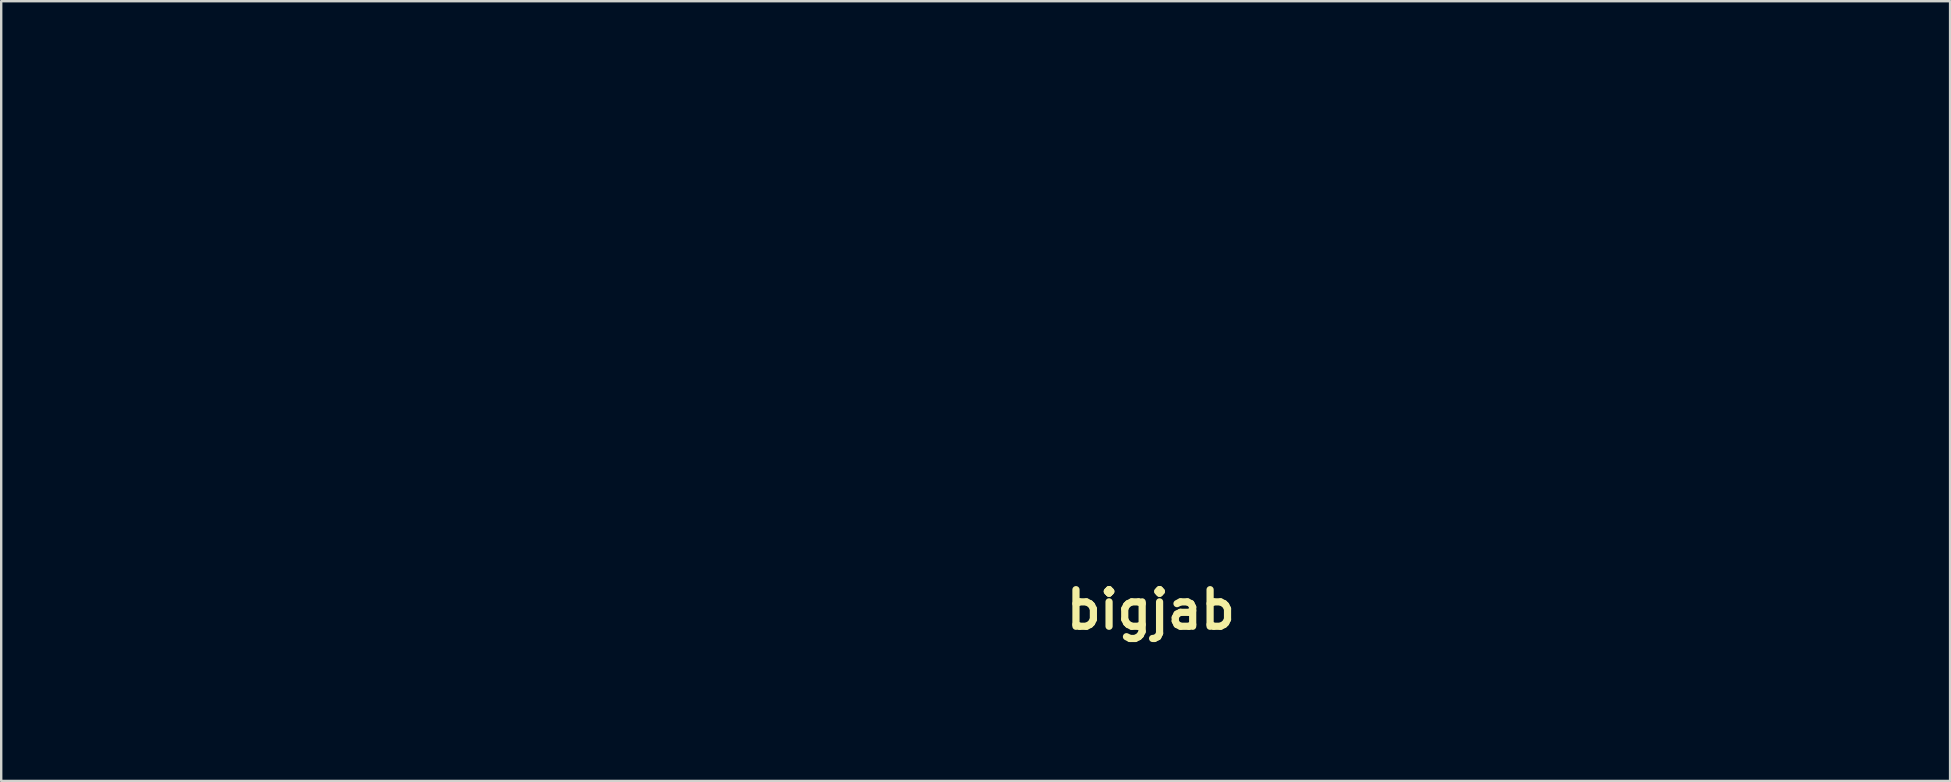
<source format=kicad_pcb>
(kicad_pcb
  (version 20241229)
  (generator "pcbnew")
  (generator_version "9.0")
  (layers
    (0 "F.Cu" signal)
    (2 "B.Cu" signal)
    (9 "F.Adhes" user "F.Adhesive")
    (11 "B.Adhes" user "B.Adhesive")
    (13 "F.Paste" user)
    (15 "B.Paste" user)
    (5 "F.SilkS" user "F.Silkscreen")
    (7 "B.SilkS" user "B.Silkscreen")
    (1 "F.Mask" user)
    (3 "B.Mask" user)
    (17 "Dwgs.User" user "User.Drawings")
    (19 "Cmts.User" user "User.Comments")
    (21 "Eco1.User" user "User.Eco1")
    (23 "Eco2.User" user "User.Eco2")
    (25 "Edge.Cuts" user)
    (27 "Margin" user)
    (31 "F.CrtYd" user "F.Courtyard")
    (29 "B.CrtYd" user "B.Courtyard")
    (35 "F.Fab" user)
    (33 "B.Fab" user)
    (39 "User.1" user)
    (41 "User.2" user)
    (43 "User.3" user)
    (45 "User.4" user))
  (footprint "bigjab"
    (layer "F.Cu")
    (at 44.896 22.351)
    (property "Reference" "bigjab" (at 0 0 0) (layer "F.SilkS") (effects (font (size 1.524 1.524) (thickness 0.3))))
    (attr through_hole)
    (fp_poly (pts (xy -18.986 -3.447) (xy -19.197 -3.181) (xy -19.632 -2.727) (xy -20.161 -2.336) (xy -20.762 -2.014) (xy -21.415 -1.768) (xy -22.098 -1.605) (xy -22.791 -1.533) (xy -23.473 -1.558) (xy -23.872 -1.623) (xy -24.381 -1.779) (xy -24.824 -2.009) (xy -25.187 -2.299) (xy -25.454 -2.639) (xy -25.597 -2.965) (xy -25.683 -3.472) (xy -25.661 -3.982) (xy -25.535 -4.472) (xy -25.312 -4.915) (xy -25.059 -5.228) (xy -24.694 -5.533) (xy -24.255 -5.789) (xy -23.733 -5.999) (xy -23.122 -6.164) (xy -22.415 -6.286) (xy -21.605 -6.367) (xy -20.684 -6.407) (xy -20.114 -6.413) (xy -18.986 -6.413) (xy -18.986 -3.447)) (stroke (width 0.01) (type solid)) (fill yes) (layer "F.Mask"))
    (fp_poly (pts (xy -6.975 -11.642) (xy -6.891 -11.631) (xy -6.346 -11.506) (xy -5.876 -11.293) (xy -5.451 -10.978) (xy -5.325 -10.859) (xy -4.958 -10.408) (xy -4.654 -9.853) (xy -4.414 -9.203) (xy -4.241 -8.463) (xy -4.135 -7.644) (xy -4.1 -6.751) (xy -4.133 -5.826) (xy -4.236 -4.938) (xy -4.409 -4.149) (xy -4.652 -3.46) (xy -4.962 -2.873) (xy -5.339 -2.39) (xy -5.779 -2.012) (xy -6.282 -1.741) (xy -6.847 -1.579) (xy -7.47 -1.528) (xy -8.151 -1.589) (xy -8.35 -1.626) (xy -8.796 -1.756) (xy -9.283 -1.964) (xy -9.77 -2.229) (xy -10.217 -2.53) (xy -10.398 -2.675) (xy -10.858 -3.067) (xy -10.858 -9.455) (xy -10.552 -9.823) (xy -9.984 -10.436) (xy -9.402 -10.926) (xy -8.809 -11.293) (xy -8.206 -11.534) (xy -7.594 -11.651) (xy -6.975 -11.642)) (stroke (width 0.01) (type solid)) (fill yes) (layer "F.Mask"))
    (fp_poly (pts (xy 6.814 -9.947) (xy 7.245 -9.89) (xy 7.603 -9.797) (xy 7.637 -9.785) (xy 8.154 -9.516) (xy 8.621 -9.139) (xy 9.029 -8.665) (xy 9.368 -8.104) (xy 9.629 -7.468) (xy 9.697 -7.239) (xy 9.745 -7.031) (xy 9.778 -6.792) (xy 9.798 -6.497) (xy 9.809 -6.12) (xy 9.811 -5.779) (xy 9.808 -5.363) (xy 9.8 -5.045) (xy 9.782 -4.795) (xy 9.752 -4.585) (xy 9.708 -4.383) (xy 9.664 -4.226) (xy 9.424 -3.566) (xy 9.11 -2.984) (xy 8.731 -2.49) (xy 8.294 -2.091) (xy 7.809 -1.798) (xy 7.303 -1.624) (xy 6.756 -1.543) (xy 6.215 -1.542) (xy 5.731 -1.622) (xy 5.157 -1.841) (xy 4.64 -2.172) (xy 4.18 -2.613) (xy 3.778 -3.163) (xy 3.436 -3.818) (xy 3.155 -4.577) (xy 2.935 -5.437) (xy 2.779 -6.397) (xy 2.693 -7.337) (xy 2.651 -8.037) (xy 3.112 -8.465) (xy 3.76 -9.005) (xy 4.411 -9.425) (xy 5.073 -9.732) (xy 5.535 -9.877) (xy 5.915 -9.942) (xy 6.356 -9.965) (xy 6.814 -9.947)) (stroke (width 0.01) (type solid)) (fill yes) (layer "F.Mask"))
    (fp_poly (pts (xy 7.069 -22.346) (xy 7.331 -22.332) (xy 7.601 -22.303) (xy 7.901 -22.255) (xy 8.254 -22.184) (xy 8.681 -22.089) (xy 9.205 -21.965) (xy 9.329 -21.935) (xy 9.903 -21.789) (xy 10.377 -21.648) (xy 10.779 -21.501) (xy 11.135 -21.338) (xy 11.473 -21.147) (xy 11.819 -20.916) (xy 11.879 -20.874) (xy 12.183 -20.655) (xy 12.4 -20.501) (xy 12.55 -20.408) (xy 12.65 -20.371) (xy 12.721 -20.385) (xy 12.781 -20.444) (xy 12.849 -20.544) (xy 12.889 -20.603) (xy 13.031 -20.772) (xy 13.243 -20.977) (xy 13.488 -21.184) (xy 13.598 -21.268) (xy 13.813 -21.422) (xy 13.989 -21.534) (xy 14.16 -21.619) (xy 14.358 -21.689) (xy 14.616 -21.76) (xy 14.944 -21.839) (xy 15.78 -22.036) (xy 25.579 -22.035) (xy 26.426 -21.835) (xy 26.777 -21.75) (xy 27.036 -21.678) (xy 27.236 -21.606) (xy 27.411 -21.519) (xy 27.592 -21.405) (xy 27.772 -21.279) (xy 28.129 -20.996) (xy 28.425 -20.689) (xy 28.637 -20.415) (xy 28.787 -20.201) (xy 28.898 -20.023) (xy 28.981 -19.849) (xy 29.052 -19.647) (xy 29.124 -19.382) (xy 29.201 -19.06) (xy 29.277 -18.73) (xy 29.33 -18.459) (xy 29.366 -18.21) (xy 29.387 -17.949) (xy 29.397 -17.642) (xy 29.401 -17.252) (xy 29.401 -17.123) (xy 29.399 -16.706) (xy 29.392 -16.38) (xy 29.374 -16.111) (xy 29.344 -15.864) (xy 29.296 -15.604) (xy 29.228 -15.296) (xy 29.2 -15.179) (xy 29.116 -14.83) (xy 29.046 -14.573) (xy 28.975 -14.376) (xy 28.892 -14.207) (xy 28.782 -14.034) (xy 28.633 -13.825) (xy 28.632 -13.823) (xy 28.44 -13.579) (xy 28.239 -13.352) (xy 28.064 -13.179) (xy 28.003 -13.13) (xy 27.852 -13.015) (xy 27.79 -12.942) (xy 27.801 -12.878) (xy 27.863 -12.803) (xy 27.994 -12.641) (xy 28.174 -12.401) (xy 28.383 -12.109) (xy 28.604 -11.791) (xy 28.819 -11.474) (xy 29.011 -11.182) (xy 29.16 -10.944) (xy 29.243 -10.796) (xy 29.351 -10.569) (xy 29.448 -10.336) (xy 29.54 -10.077) (xy 29.633 -9.772) (xy 29.733 -9.399) (xy 29.848 -8.938) (xy 29.951 -8.509) (xy 30.098 -7.843) (xy 30.204 -7.253) (xy 30.268 -6.711) (xy 30.291 -6.191) (xy 30.272 -5.668) (xy 30.21 -5.116) (xy 30.105 -4.507) (xy 29.956 -3.817) (xy 29.88 -3.493) (xy 29.728 -2.878) (xy 29.588 -2.363) (xy 29.448 -1.924) (xy 29.298 -1.535) (xy 29.126 -1.172) (xy 28.922 -0.81) (xy 28.674 -0.423) (xy 28.372 0.013) (xy 28.273 0.152) (xy 27.895 0.656) (xy 27.535 1.083) (xy 27.163 1.463) (xy 26.747 1.826) (xy 26.257 2.203) (xy 26.067 2.341) (xy 25.609 2.659) (xy 25.21 2.912) (xy 24.837 3.115) (xy 24.457 3.281) (xy 24.037 3.428) (xy 23.546 3.568) (xy 23.184 3.661) (xy 22.591 3.805) (xy 22.096 3.917) (xy 21.677 4.001) (xy 21.312 4.06) (xy 20.975 4.099) (xy 20.645 4.12) (xy 20.299 4.127) (xy 20.228 4.128) (xy 19.924 4.125) (xy 19.66 4.116) (xy 19.411 4.097) (xy 19.153 4.064) (xy 18.864 4.014) (xy 18.52 3.943) (xy 18.096 3.847) (xy 17.648 3.742) (xy 17.08 3.604) (xy 16.601 3.476) (xy 16.19 3.346) (xy 15.823 3.204) (xy 15.474 3.038) (xy 15.121 2.836) (xy 14.74 2.588) (xy 14.308 2.283) (xy 13.817 1.922) (xy 13.188 1.453) (xy 12.928 1.702) (xy 12.695 1.905) (xy 12.382 2.149) (xy 12.021 2.412) (xy 11.642 2.674) (xy 11.276 2.913) (xy 10.952 3.108) (xy 10.746 3.217) (xy 10.476 3.329) (xy 10.113 3.453) (xy 9.691 3.578) (xy 9.282 3.685) (xy 8.733 3.818) (xy 8.286 3.922) (xy 7.919 4.001) (xy 7.612 4.058) (xy 7.344 4.094) (xy 7.093 4.115) (xy 6.838 4.122) (xy 6.558 4.119) (xy 6.324 4.112) (xy 6.004 4.099) (xy 5.73 4.08) (xy 5.472 4.05) (xy 5.202 4.006) (xy 4.891 3.942) (xy 4.51 3.854) (xy 4.112 3.757) (xy 3.599 3.625) (xy 3.135 3.495) (xy 2.743 3.372) (xy 2.444 3.264) (xy 2.334 3.217) (xy 2.04 3.061) (xy 1.68 2.841) (xy 1.282 2.576) (xy 0.874 2.288) (xy 0.485 1.996) (xy 0.144 1.72) (xy -0.108 1.494) (xy -0.503 1.111) (xy -0.888 1.501) (xy -1.131 1.725) (xy -1.454 1.991) (xy -1.828 2.278) (xy -2.225 2.567) (xy -2.616 2.836) (xy -2.973 3.064) (xy -3.268 3.231) (xy -3.298 3.247) (xy -3.514 3.336) (xy -3.831 3.445) (xy -4.227 3.566) (xy -4.68 3.692) (xy -4.981 3.77) (xy -5.412 3.878) (xy -5.748 3.958) (xy -6.018 4.016) (xy -6.249 4.054) (xy -6.47 4.077) (xy -6.709 4.088) (xy -6.994 4.092) (xy -7.239 4.093) (xy -7.638 4.092) (xy -7.952 4.083) (xy -8.22 4.061) (xy -8.484 4.022) (xy -8.785 3.961) (xy -9.14 3.879) (xy -9.5 3.795) (xy -9.762 3.739) (xy -9.954 3.708) (xy -10.101 3.699) (xy -10.23 3.71) (xy -10.367 3.737) (xy -10.41 3.748) (xy -10.603 3.78) (xy -10.896 3.809) (xy -11.262 3.834) (xy -11.673 3.852) (xy -11.895 3.858) (xy -12.304 3.865) (xy -12.618 3.867) (xy -12.871 3.859) (xy -13.094 3.839) (xy -13.322 3.803) (xy -13.586 3.747) (xy -13.919 3.67) (xy -13.992 3.652) (xy -14.958 3.423) (xy -15.899 3.648) (xy -16.275 3.736) (xy -16.574 3.798) (xy -16.836 3.838) (xy -17.099 3.86) (xy -17.406 3.871) (xy -17.795 3.873) (xy -17.846 3.873) (xy -18.269 3.87) (xy -18.6 3.859) (xy -18.876 3.835) (xy -19.132 3.797) (xy -19.403 3.74) (xy -19.496 3.717) (xy -20.14 3.561) (xy -21.23 3.826) (xy -21.625 3.921) (xy -21.934 3.99) (xy -22.191 4.037) (xy -22.432 4.067) (xy -22.691 4.084) (xy -23.003 4.091) (xy -23.402 4.093) (xy -23.463 4.093) (xy -23.87 4.093) (xy -24.186 4.089) (xy -24.446 4.076) (xy -24.683 4.05) (xy -24.93 4.008) (xy -25.222 3.945) (xy -25.592 3.858) (xy -25.744 3.821) (xy -26.252 3.697) (xy -26.655 3.594) (xy -26.973 3.506) (xy -27.227 3.427) (xy -27.435 3.351) (xy -27.619 3.272) (xy -27.718 3.224) (xy -27.882 3.129) (xy -28.121 2.977) (xy -28.41 2.783) (xy -28.722 2.568) (xy -29.032 2.347) (xy -29.312 2.14) (xy -29.516 1.982) (xy -29.79 1.762) (xy -29.96 1.918) (xy -30.132 2.061) (xy -30.383 2.252) (xy -30.684 2.471) (xy -31.006 2.697) (xy -31.322 2.909) (xy -31.423 2.975) (xy -31.639 3.107) (xy -31.853 3.221) (xy -32.085 3.322) (xy -32.356 3.419) (xy -32.685 3.519) (xy -33.093 3.628) (xy -33.6 3.754) (xy -33.741 3.788) (xy -34.174 3.891) (xy -34.516 3.967) (xy -34.798 4.021) (xy -35.053 4.056) (xy -35.313 4.079) (xy -35.609 4.092) (xy -35.973 4.101) (xy -36.344 4.104) (xy -36.694 4.1) (xy -36.991 4.089) (xy -37.207 4.072) (xy -37.275 4.062) (xy -37.916 3.923) (xy -38.522 3.778) (xy -39.073 3.634) (xy -39.554 3.494) (xy -39.945 3.363) (xy -40.229 3.247) (xy -40.241 3.241) (xy -40.543 3.076) (xy -40.903 2.852) (xy -41.29 2.59) (xy -41.674 2.312) (xy -42.026 2.039) (xy -42.315 1.793) (xy -42.45 1.662) (xy -42.652 1.434) (xy -42.893 1.129) (xy -43.155 0.777) (xy -43.417 0.406) (xy -43.66 0.044) (xy -43.862 -0.28) (xy -44.004 -0.537) (xy -44.013 -0.556) (xy -44.122 -0.825) (xy -44.246 -1.2) (xy -44.379 -1.665) (xy -44.517 -2.198) (xy -44.655 -2.783) (xy -44.768 -3.312) (xy -44.879 -4.064) (xy -44.891 -4.803) (xy -44.845 -5.207) (xy -41.038 -5.207) (xy -41.004 -4.366) (xy -40.973 -3.859) (xy -40.921 -3.438) (xy -40.838 -3.065) (xy -40.713 -2.698) (xy -40.537 -2.298) (xy -40.473 -2.165) (xy -40.098 -1.54) (xy -39.629 -0.997) (xy -39.075 -0.543) (xy -38.445 -0.184) (xy -37.746 0.074) (xy -37.401 0.158) (xy -37.105 0.2) (xy -36.721 0.229) (xy -36.287 0.244) (xy -35.844 0.244) (xy -35.429 0.229) (xy -35.08 0.199) (xy -34.989 0.186) (xy -34.227 0.007) (xy -33.545 -0.269) (xy -32.944 -0.64) (xy -32.428 -1.104) (xy -32 -1.657) (xy -31.663 -2.299) (xy -31.552 -2.586) (xy -31.479 -2.819) (xy -31.395 -3.123) (xy -31.315 -3.445) (xy -31.289 -3.556) (xy -31.268 -3.653) (xy -31.259 -3.701) (xy -28.063 -3.701) (xy -28.033 -3.022) (xy -27.888 -2.384) (xy -27.63 -1.793) (xy -27.265 -1.259) (xy -26.796 -0.788) (xy -26.227 -0.387) (xy -25.59 -0.075) (xy -25.327 0.018) (xy -25.021 0.107) (xy -24.828 0.155) (xy -24.511 0.202) (xy -24.105 0.233) (xy -23.647 0.246) (xy -23.174 0.241) (xy -22.723 0.219) (xy -22.331 0.179) (xy -22.217 0.161) (xy -21.347 -0.047) (xy -20.551 -0.353) (xy -19.818 -0.764) (xy -19.506 -0.984) (xy -19.3 -1.137) (xy -19.134 -1.256) (xy -19.033 -1.324) (xy -19.014 -1.333) (xy -19.003 -1.274) (xy -18.994 -1.114) (xy -18.988 -0.88) (xy -18.986 -0.667) (xy -18.986 0) (xy -16.695 0) (xy -16.717 -4.969) (xy -16.72 -5.881) (xy -16.724 -6.675) (xy -16.728 -7.361) (xy -16.732 -7.947) (xy -16.737 -8.443) (xy -16.743 -8.858) (xy -16.749 -9.201) (xy -16.757 -9.481) (xy -16.767 -9.708) (xy -16.779 -9.89) (xy -16.793 -10.038) (xy -16.809 -10.159) (xy -16.829 -10.264) (xy -16.851 -10.361) (xy -16.876 -10.459) (xy -16.877 -10.461) (xy -17.093 -11.107) (xy -17.375 -11.652) (xy -17.732 -12.107) (xy -18.175 -12.486) (xy -18.692 -12.791) (xy -19.399 -13.077) (xy -20.194 -13.284) (xy -21.065 -13.41) (xy -22 -13.453) (xy -22.511 -13.441) (xy -23.411 -13.369) (xy -24.206 -13.24) (xy -24.907 -13.049) (xy -25.522 -12.793) (xy -26.062 -12.468) (xy -26.537 -12.072) (xy -26.576 -12.034) (xy -26.948 -11.605) (xy -27.237 -11.14) (xy -27.453 -10.613) (xy -27.609 -10.002) (xy -27.655 -9.731) (xy -27.697 -9.461) (xy -25.411 -9.461) (xy -25.339 -9.795) (xy -25.181 -10.292) (xy -24.933 -10.706) (xy -24.591 -11.043) (xy -24.148 -11.307) (xy -23.601 -11.503) (xy -23.552 -11.516) (xy -23.071 -11.606) (xy -22.513 -11.652) (xy -21.92 -11.657) (xy -21.333 -11.62) (xy -20.796 -11.542) (xy -20.469 -11.462) (xy -20.034 -11.276) (xy -19.656 -11.004) (xy -19.357 -10.664) (xy -19.155 -10.276) (xy -19.108 -10.119) (xy -19.083 -9.963) (xy -19.056 -9.714) (xy -19.031 -9.402) (xy -19.011 -9.062) (xy -19.008 -9.014) (xy -18.968 -8.153) (xy -20.676 -8.079) (xy -21.172 -8.055) (xy -21.665 -8.026) (xy -22.128 -7.994) (xy -22.537 -7.96) (xy -22.864 -7.928) (xy -23.043 -7.904) (xy -24.037 -7.711) (xy -24.922 -7.454) (xy -25.698 -7.133) (xy -26.365 -6.749) (xy -26.921 -6.302) (xy -27.368 -5.792) (xy -27.705 -5.219) (xy -27.932 -4.584) (xy -27.971 -4.413) (xy -28.063 -3.701) (xy -31.259 -3.701) (xy -31.249 -3.749) (xy -31.233 -3.852) (xy -31.218 -3.97) (xy -31.205 -4.11) (xy -31.194 -4.279) (xy -31.184 -4.486) (xy -31.176 -4.738) (xy -31.169 -5.042) (xy -31.163 -5.407) (xy -31.157 -5.84) (xy -31.153 -6.347) (xy -31.149 -6.938) (xy -31.145 -7.62) (xy -31.142 -8.399) (xy -31.139 -9.284) (xy -31.135 -10.283) (xy -31.132 -11.16) (xy -31.11 -18.161) (xy -33.459 -18.161) (xy -33.482 -11.255) (xy -33.486 -10.129) (xy -33.49 -9.122) (xy -33.493 -8.228) (xy -33.498 -7.437) (xy -33.503 -6.744) (xy -33.51 -6.141) (xy -33.518 -5.619) (xy -33.528 -5.172) (xy -33.541 -4.792) (xy -33.557 -4.472) (xy -33.577 -4.204) (xy -33.599 -3.98) (xy -33.626 -3.794) (xy -33.658 -3.637) (xy -33.694 -3.502) (xy -33.736 -3.382) (xy -33.783 -3.269) (xy -33.836 -3.156) (xy -33.896 -3.035) (xy -33.911 -3.004) (xy -34.165 -2.619) (xy -34.517 -2.309) (xy -34.971 -2.067) (xy -35.098 -2.018) (xy -35.454 -1.928) (xy -35.877 -1.882) (xy -36.322 -1.879) (xy -36.744 -1.919) (xy -37.1 -2.002) (xy -37.153 -2.021) (xy -37.57 -2.236) (xy -37.905 -2.528) (xy -38.178 -2.917) (xy -38.256 -3.067) (xy -38.409 -3.453) (xy -38.537 -3.912) (xy -38.628 -4.392) (xy -38.67 -4.84) (xy -38.672 -4.93) (xy -38.672 -5.207) (xy -41.038 -5.207) (xy -44.845 -5.207) (xy -44.805 -5.561) (xy -44.684 -6.128) (xy -44.595 -6.476) (xy -44.518 -6.733) (xy -44.441 -6.932) (xy -44.349 -7.107) (xy -44.229 -7.29) (xy -44.132 -7.422) (xy -43.69 -7.923) (xy -43.285 -8.259) (xy -43.089 -8.401) (xy -42.926 -8.507) (xy -42.769 -8.588) (xy -42.588 -8.657) (xy -42.355 -8.724) (xy -42.043 -8.802) (xy -41.823 -8.855) (xy -41.445 -8.942) (xy -41.145 -9.004) (xy -40.884 -9.044) (xy -40.623 -9.067) (xy -40.322 -9.078) (xy -39.944 -9.081) (xy -39.834 -9.081) (xy -39.41 -9.078) (xy -39.078 -9.067) (xy -38.804 -9.045) (xy -38.552 -9.008) (xy -38.288 -8.954) (xy -38.152 -8.922) (xy -37.874 -8.856) (xy -37.638 -8.804) (xy -37.475 -8.771) (xy -37.417 -8.763) (xy -37.402 -8.787) (xy -37.388 -8.864) (xy -37.377 -9) (xy -37.367 -9.204) (xy -37.359 -9.482) (xy -37.352 -9.841) (xy -37.347 -10.289) (xy -37.344 -10.833) (xy -37.341 -11.48) (xy -37.34 -12.237) (xy -37.339 -13.111) (xy -37.339 -13.446) (xy -37.341 -18.129) (xy -37.135 -19.018) (xy -37.051 -19.374) (xy -36.982 -19.636) (xy -36.914 -19.835) (xy -36.836 -20.002) (xy -36.735 -20.167) (xy -36.598 -20.361) (xy -36.567 -20.404) (xy -36.191 -20.85) (xy -35.753 -21.231) (xy -35.705 -21.267) (xy -35.496 -21.417) (xy -35.323 -21.526) (xy -35.154 -21.609) (xy -34.957 -21.68) (xy -34.699 -21.75) (xy -34.351 -21.834) (xy -34.039 -21.906) (xy -33.782 -21.958) (xy -33.549 -21.994) (xy -33.309 -22.017) (xy -33.031 -22.029) (xy -32.684 -22.035) (xy -32.29 -22.036) (xy -31.855 -22.034) (xy -31.517 -22.028) (xy -31.245 -22.015) (xy -31.006 -21.991) (xy -30.772 -21.954) (xy -30.511 -21.899) (xy -30.229 -21.834) (xy -29.88 -21.75) (xy -29.622 -21.68) (xy -29.425 -21.609) (xy -29.256 -21.526) (xy -29.083 -21.416) (xy -28.875 -21.267) (xy -28.427 -20.889) (xy -28.048 -20.452) (xy -28.012 -20.404) (xy -27.867 -20.201) (xy -27.76 -20.033) (xy -27.679 -19.869) (xy -27.61 -19.678) (xy -27.542 -19.43) (xy -27.462 -19.095) (xy -27.444 -19.018) (xy -27.358 -18.627) (xy -27.299 -18.312) (xy -27.264 -18.025) (xy -27.246 -17.72) (xy -27.24 -17.35) (xy -27.24 -17.224) (xy -27.238 -16.902) (xy -27.229 -16.63) (xy -27.217 -16.432) (xy -27.201 -16.329) (xy -27.194 -16.32) (xy -27.113 -16.341) (xy -26.953 -16.395) (xy -26.797 -16.453) (xy -26.535 -16.54) (xy -26.175 -16.642) (xy -25.742 -16.753) (xy -25.264 -16.867) (xy -24.767 -16.979) (xy -24.278 -17.082) (xy -23.822 -17.17) (xy -23.427 -17.237) (xy -23.133 -17.276) (xy -22.318 -17.323) (xy -21.461 -17.304) (xy -20.618 -17.224) (xy -20.003 -17.119) (xy -19.463 -17.002) (xy -18.942 -16.882) (xy -18.46 -16.764) (xy -18.036 -16.654) (xy -17.689 -16.555) (xy -17.439 -16.474) (xy -17.363 -16.445) (xy -17.081 -16.324) (xy -17.082 -17.163) (xy -17.079 -17.516) (xy -17.066 -17.806) (xy -17.038 -18.075) (xy -17.023 -18.161) (xy -13.208 -18.161) (xy -13.208 0) (xy -10.864 0) (xy -10.845 -0.51) (xy -10.827 -1.019) (xy -10.478 -0.757) (xy -9.804 -0.329) (xy -9.073 -0.013) (xy -8.445 0.158) (xy -8.104 0.207) (xy -7.684 0.235) (xy -7.23 0.244) (xy -6.784 0.232) (xy -6.388 0.2) (xy -6.148 0.162) (xy -5.461 -0.033) (xy -4.834 -0.32) (xy -4.245 -0.71) (xy -3.712 -1.175) (xy -3.143 -1.809) (xy -2.672 -2.512) (xy -2.297 -3.288) (xy -2.016 -4.141) (xy -1.827 -5.074) (xy -1.731 -6.092) (xy -1.716 -6.731) (xy -1.764 -7.806) (xy -1.835 -8.316) (xy 0.392 -8.316) (xy 0.401 -7.591) (xy 0.431 -6.947) (xy 0.484 -6.36) (xy 0.56 -5.809) (xy 0.663 -5.269) (xy 0.768 -4.823) (xy 1 -4.01) (xy 1.266 -3.301) (xy 1.577 -2.671) (xy 1.945 -2.1) (xy 2.383 -1.564) (xy 2.635 -1.298) (xy 2.928 -1.012) (xy 3.169 -0.797) (xy 3.391 -0.629) (xy 3.625 -0.484) (xy 3.842 -0.368) (xy 4.29 -0.152) (xy 4.698 0.008) (xy 5.097 0.12) (xy 5.519 0.19) (xy 5.995 0.224) (xy 6.556 0.229) (xy 6.731 0.226) (xy 7.168 0.213) (xy 7.509 0.191) (xy 7.784 0.159) (xy 8.022 0.112) (xy 8.181 0.069) (xy 8.944 -0.218) (xy 9.642 -0.613) (xy 10.271 -1.113) (xy 10.829 -1.717) (xy 11.313 -2.421) (xy 11.631 -3.022) (xy 11.922 -3.779) (xy 12.123 -4.598) (xy 12.144 -4.763) (xy 14.407 -4.763) (xy 14.451 -4.461) (xy 14.631 -3.608) (xy 14.913 -2.831) (xy 15.294 -2.133) (xy 15.771 -1.515) (xy 16.34 -0.983) (xy 17 -0.537) (xy 17.748 -0.182) (xy 18.58 0.08) (xy 18.796 0.13) (xy 19.228 0.197) (xy 19.742 0.237) (xy 20.294 0.249) (xy 20.843 0.233) (xy 21.344 0.189) (xy 21.555 0.158) (xy 22.357 -0.04) (xy 23.098 -0.346) (xy 23.787 -0.765) (xy 24.428 -1.294) (xy 25.032 -1.948) (xy 25.527 -2.667) (xy 25.913 -3.45) (xy 26.189 -4.299) (xy 26.357 -5.211) (xy 26.415 -6.187) (xy 26.415 -6.199) (xy 26.373 -6.97) (xy 26.249 -7.725) (xy 26.05 -8.434) (xy 25.782 -9.067) (xy 25.71 -9.202) (xy 25.283 -9.842) (xy 24.753 -10.429) (xy 24.142 -10.948) (xy 23.469 -11.383) (xy 22.753 -11.72) (xy 22.257 -11.883) (xy 22.014 -11.942) (xy 21.773 -11.983) (xy 21.5 -12.008) (xy 21.162 -12.021) (xy 20.796 -12.025) (xy 20.106 -12.005) (xy 19.507 -11.934) (xy 18.973 -11.805) (xy 18.474 -11.611) (xy 17.983 -11.346) (xy 17.868 -11.274) (xy 17.666 -11.146) (xy 17.51 -11.053) (xy 17.427 -11.009) (xy 17.419 -11.008) (xy 17.421 -11.072) (xy 17.432 -11.249) (xy 17.451 -11.524) (xy 17.477 -11.884) (xy 17.51 -12.314) (xy 17.547 -12.801) (xy 17.589 -13.33) (xy 17.592 -13.369) (xy 17.635 -13.909) (xy 17.674 -14.414) (xy 17.709 -14.87) (xy 17.738 -15.261) (xy 17.76 -15.571) (xy 17.774 -15.786) (xy 17.779 -15.89) (xy 17.779 -15.891) (xy 17.78 -16.066) (xy 25.527 -16.066) (xy 25.527 -18.161) (xy 15.812 -18.161) (xy 15.812 -18.009) (xy 15.807 -17.922) (xy 15.792 -17.72) (xy 15.77 -17.418) (xy 15.74 -17.026) (xy 15.704 -16.557) (xy 15.663 -16.025) (xy 15.618 -15.441) (xy 15.569 -14.819) (xy 15.518 -14.17) (xy 15.466 -13.507) (xy 15.413 -12.843) (xy 15.361 -12.19) (xy 15.311 -11.56) (xy 15.264 -10.967) (xy 15.22 -10.423) (xy 15.18 -9.941) (xy 15.147 -9.532) (xy 15.12 -9.209) (xy 15.1 -8.985) (xy 15.089 -8.874) (xy 15.062 -8.636) (xy 16.842 -8.636) (xy 17.2 -8.945) (xy 17.747 -9.371) (xy 18.284 -9.687) (xy 18.838 -9.904) (xy 19.436 -10.033) (xy 20.003 -10.081) (xy 20.697 -10.07) (xy 21.308 -9.975) (xy 21.854 -9.789) (xy 22.353 -9.508) (xy 22.823 -9.124) (xy 22.892 -9.057) (xy 23.298 -8.588) (xy 23.608 -8.074) (xy 23.827 -7.5) (xy 23.96 -6.854) (xy 24.011 -6.121) (xy 24.012 -5.996) (xy 23.974 -5.219) (xy 23.853 -4.525) (xy 23.644 -3.894) (xy 23.34 -3.308) (xy 22.934 -2.748) (xy 22.888 -2.693) (xy 22.452 -2.275) (xy 21.941 -1.945) (xy 21.373 -1.709) (xy 20.768 -1.569) (xy 20.143 -1.529) (xy 19.517 -1.593) (xy 18.909 -1.763) (xy 18.629 -1.885) (xy 18.193 -2.154) (xy 17.786 -2.511) (xy 17.444 -2.922) (xy 17.241 -3.262) (xy 17.096 -3.594) (xy 16.971 -3.943) (xy 16.879 -4.271) (xy 16.832 -4.54) (xy 16.828 -4.617) (xy 16.828 -4.763) (xy 14.407 -4.763) (xy 12.144 -4.763) (xy 12.229 -5.448) (xy 12.234 -6.297) (xy 12.205 -6.651) (xy 12.057 -7.525) (xy 11.816 -8.317) (xy 11.476 -9.039) (xy 11.032 -9.699) (xy 10.481 -10.306) (xy 10.394 -10.388) (xy 9.787 -10.885) (xy 9.154 -11.265) (xy 8.481 -11.533) (xy 7.755 -11.695) (xy 6.959 -11.757) (xy 6.826 -11.758) (xy 6.035 -11.7) (xy 5.288 -11.529) (xy 4.577 -11.242) (xy 3.896 -10.834) (xy 3.237 -10.304) (xy 3.15 -10.223) (xy 2.711 -9.811) (xy 2.751 -10.477) (xy 2.838 -11.378) (xy 2.986 -12.257) (xy 3.189 -13.094) (xy 3.442 -13.87) (xy 3.739 -14.562) (xy 4.06 -15.131) (xy 4.48 -15.679) (xy 4.946 -16.109) (xy 5.457 -16.421) (xy 6.012 -16.614) (xy 6.609 -16.688) (xy 7.185 -16.651) (xy 7.783 -16.511) (xy 8.294 -16.279) (xy 8.719 -15.953) (xy 9.059 -15.533) (xy 9.314 -15.019) (xy 9.48 -14.435) (xy 9.567 -14.002) (xy 10.753 -13.984) (xy 11.125 -13.981) (xy 11.449 -13.98) (xy 11.706 -13.982) (xy 11.875 -13.988) (xy 11.938 -13.996) (xy 11.938 -13.996) (xy 11.922 -14.112) (xy 11.88 -14.313) (xy 11.82 -14.565) (xy 11.752 -14.831) (xy 11.684 -15.075) (xy 11.627 -15.256) (xy 11.315 -15.97) (xy 10.905 -16.606) (xy 10.404 -17.159) (xy 9.817 -17.624) (xy 9.151 -17.995) (xy 8.412 -18.267) (xy 7.906 -18.386) (xy 7.428 -18.447) (xy 6.877 -18.469) (xy 6.298 -18.456) (xy 5.737 -18.407) (xy 5.24 -18.325) (xy 5.112 -18.294) (xy 4.344 -18.032) (xy 3.641 -17.66) (xy 3.003 -17.181) (xy 2.431 -16.597) (xy 1.929 -15.908) (xy 1.497 -15.117) (xy 1.159 -14.287) (xy 0.943 -13.609) (xy 0.767 -12.909) (xy 0.629 -12.168) (xy 0.525 -11.368) (xy 0.453 -10.489) (xy 0.409 -9.511) (xy 0.4 -9.144) (xy 0.392 -8.316) (xy -1.835 -8.316) (xy -1.903 -8.798) (xy -2.135 -9.704) (xy -2.458 -10.525) (xy -2.871 -11.258) (xy -3.376 -11.904) (xy -3.443 -11.975) (xy -3.969 -12.461) (xy -4.531 -12.842) (xy -5.145 -13.125) (xy -5.828 -13.317) (xy -6.593 -13.426) (xy -6.764 -13.439) (xy -7.531 -13.432) (xy -8.254 -13.308) (xy -8.939 -13.066) (xy -9.59 -12.703) (xy -10.213 -12.217) (xy -10.398 -12.045) (xy -10.858 -11.599) (xy -10.858 -18.161) (xy -13.208 -18.161) (xy -17.023 -18.161) (xy -16.989 -18.361) (xy -16.915 -18.706) (xy -16.856 -18.963) (xy -16.767 -19.332) (xy -16.695 -19.606) (xy -16.628 -19.812) (xy -16.555 -19.979) (xy -16.465 -20.136) (xy -16.345 -20.31) (xy -16.26 -20.425) (xy -15.81 -20.945) (xy -15.423 -21.272) (xy -15.219 -21.418) (xy -15.043 -21.527) (xy -14.863 -21.611) (xy -14.646 -21.686) (xy -14.359 -21.766) (xy -14.129 -21.824) (xy -13.835 -21.896) (xy -13.592 -21.949) (xy -13.373 -21.986) (xy -13.147 -22.01) (xy -12.886 -22.024) (xy -12.561 -22.031) (xy -12.142 -22.033) (xy -12.065 -22.033) (xy -11.626 -22.033) (xy -11.285 -22.028) (xy -11.011 -22.016) (xy -10.776 -21.994) (xy -10.549 -21.96) (xy -10.301 -21.91) (xy -10.003 -21.842) (xy -9.988 -21.838) (xy -9.642 -21.754) (xy -9.387 -21.684) (xy -9.191 -21.613) (xy -9.021 -21.528) (xy -8.844 -21.414) (xy -8.64 -21.268) (xy -8.159 -20.859) (xy -7.771 -20.407) (xy -7.627 -20.208) (xy -7.52 -20.042) (xy -7.438 -19.879) (xy -7.369 -19.69) (xy -7.3 -19.443) (xy -7.218 -19.108) (xy -7.198 -19.024) (xy -7.118 -18.658) (xy -7.052 -18.302) (xy -7.006 -17.993) (xy -6.986 -17.765) (xy -6.986 -17.74) (xy -6.985 -17.35) (xy -6.556 -17.307) (xy -6.339 -17.276) (xy -6.026 -17.219) (xy -5.645 -17.142) (xy -5.221 -17.051) (xy -4.783 -16.952) (xy -4.358 -16.852) (xy -3.972 -16.755) (xy -3.652 -16.669) (xy -3.524 -16.631) (xy -3.268 -16.535) (xy -2.973 -16.4) (xy -2.72 -16.265) (xy -2.296 -16.016) (xy -2.254 -16.184) (xy -2.161 -16.449) (xy -2.001 -16.791) (xy -1.786 -17.192) (xy -1.529 -17.629) (xy -1.242 -18.082) (xy -0.939 -18.532) (xy -0.633 -18.957) (xy -0.335 -19.336) (xy -0.194 -19.502) (xy 0.072 -19.77) (xy 0.421 -20.072) (xy 0.827 -20.39) (xy 1.264 -20.705) (xy 1.707 -20.999) (xy 2.128 -21.254) (xy 2.503 -21.452) (xy 2.725 -21.548) (xy 2.931 -21.615) (xy 3.233 -21.703) (xy 3.601 -21.803) (xy 4.008 -21.908) (xy 4.425 -22.009) (xy 4.43 -22.01) (xy 4.916 -22.122) (xy 5.31 -22.204) (xy 5.644 -22.262) (xy 5.947 -22.301) (xy 6.252 -22.325) (xy 6.484 -22.337) (xy 6.794 -22.346) (xy 7.069 -22.346)) (stroke (width 0.01) (type solid)) (fill yes) (layer "F.Mask")))
  (gr_rect
    (start -3 -3)
    (end 78.192 29.484)
    (stroke (width 0.1) (type default))
    (fill no)
    (layer "Edge.Cuts")))
</source>
